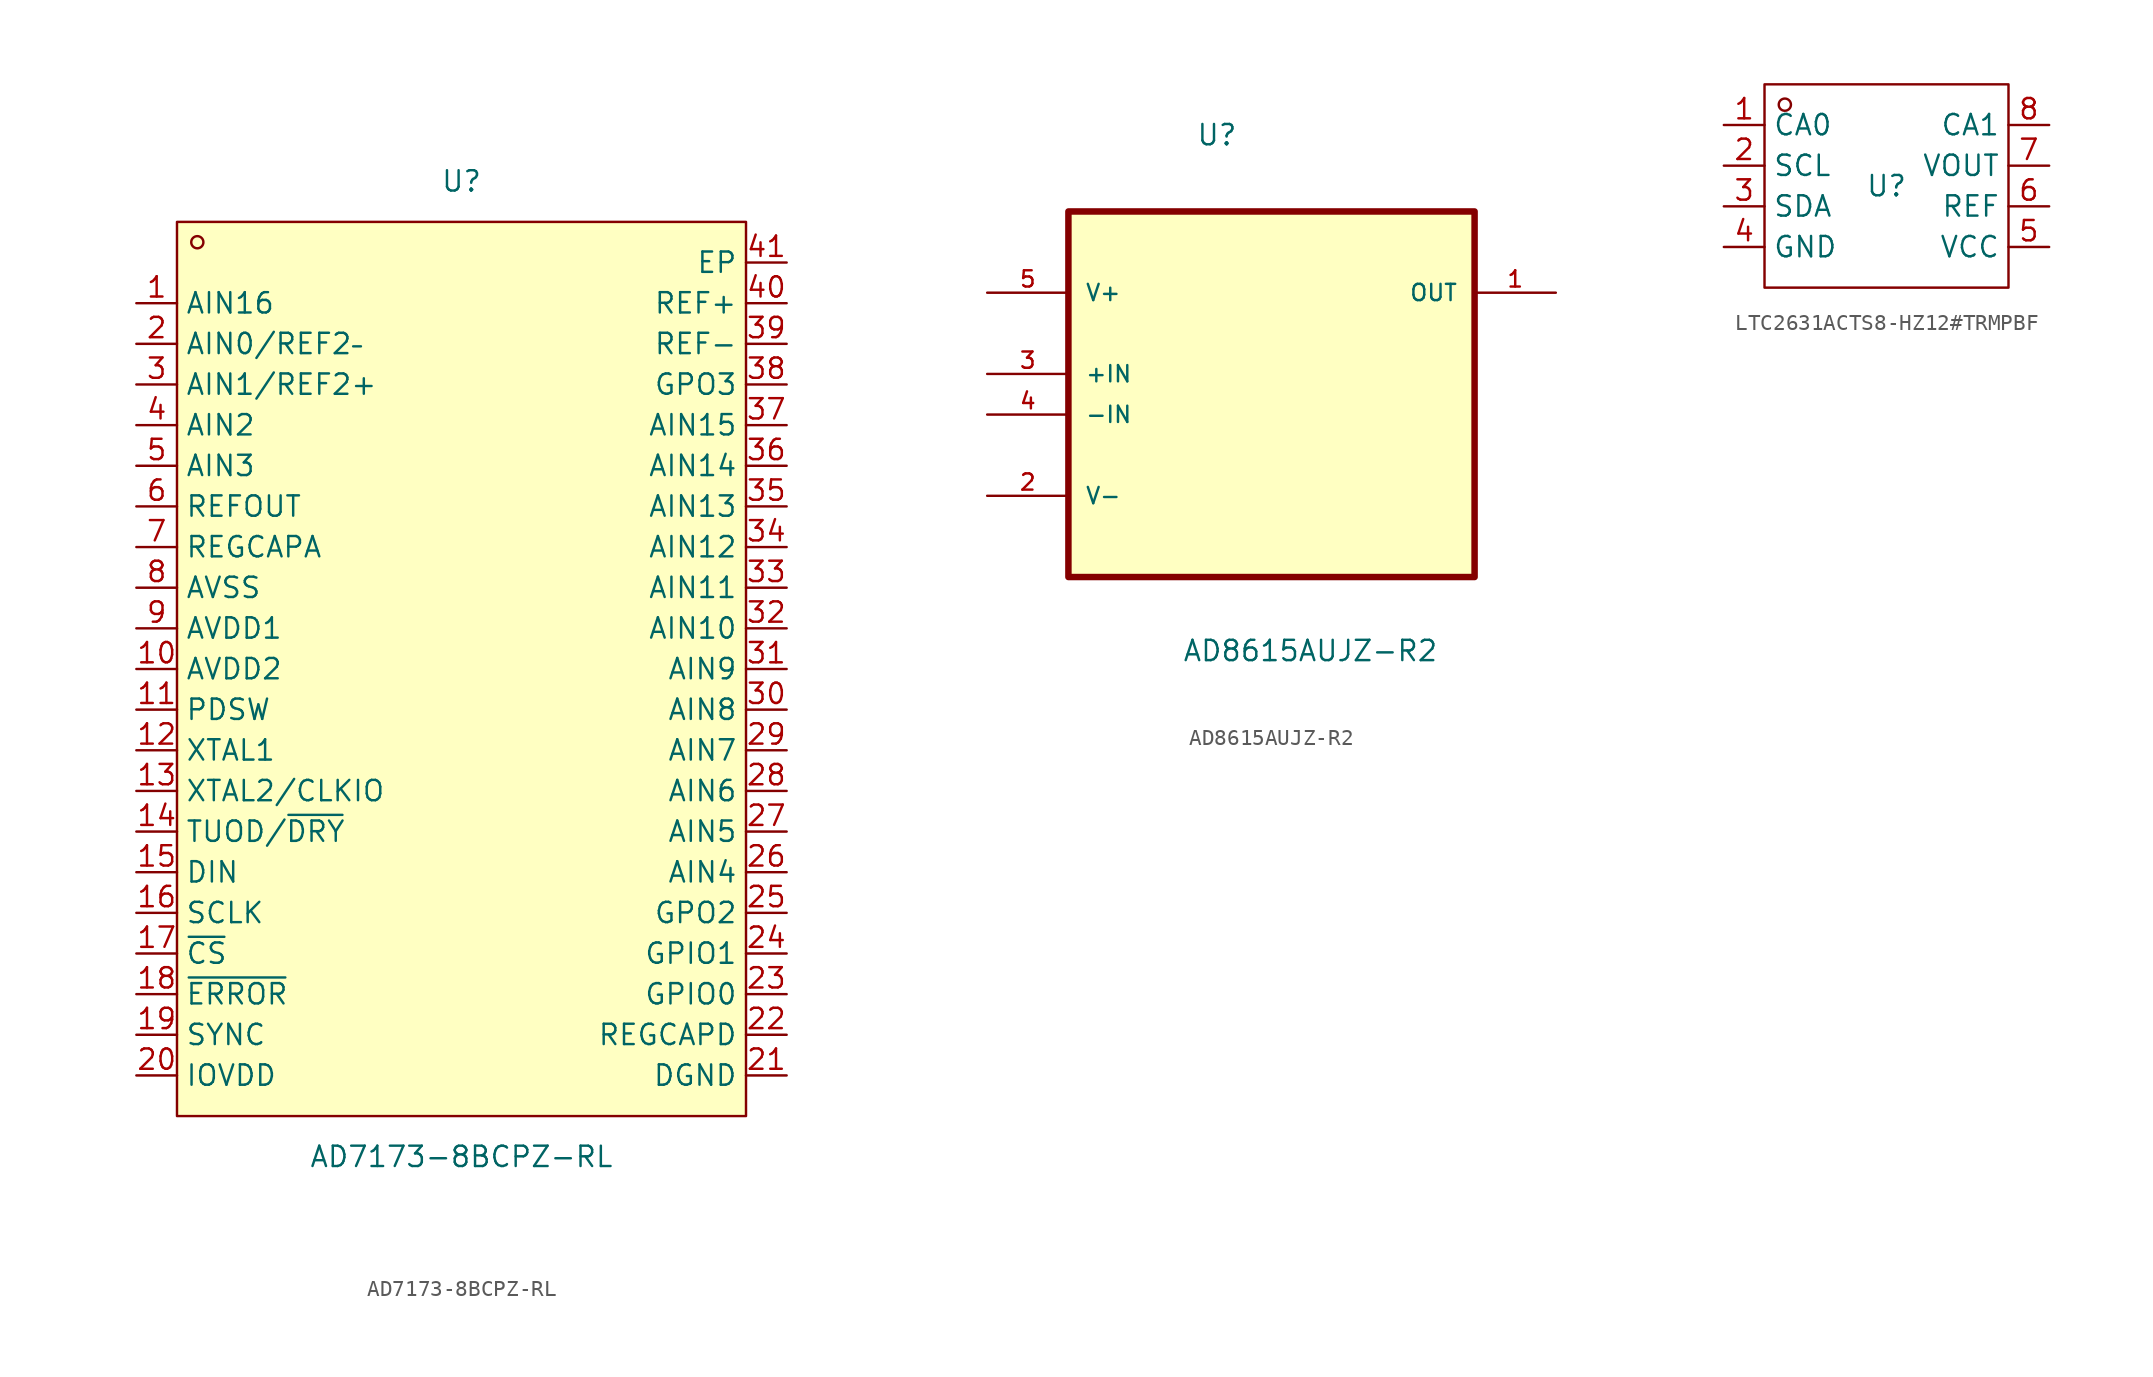
<source format=kicad_sym>
(kicad_symbol_lib
  (version 20241209)
  (generator "kicad_symbol_editor")
  (generator_version "9.0")
  (symbol "AD7173-8BCPZ-RL"
    (property "Reference" "U"
      (at 0 30.48 0)
      (effects (font (size 1.27 1.27))))
    (property "Value" "AD7173-8BCPZ-RL"
      (at 0 -30.48 0)
      (effects (font (size 1.27 1.27))))
    (symbol "AD7173-8BCPZ-RL_0_1"
      (rectangle (start -17.78 27.94) (end 17.78 -27.94) (stroke (width 0) (type default)) (fill (type background)))
      (circle (center -16.51 26.67) (radius 0.38) (stroke (width 0) (type default)) (fill (type none)))
      (pin unspecified line (at -20.32 22.86 0) (length 2.54) (name "AIN16" (effects (font (size 1.27 1.27)))) (number "1" (effects (font (size 1.27 1.27)))))
      (pin unspecified line (at -20.32 20.32 0) (length 2.54) (name "AIN0/REF2–" (effects (font (size 1.27 1.27)))) (number "2" (effects (font (size 1.27 1.27)))))
      (pin unspecified line (at -20.32 17.78 0) (length 2.54) (name "AIN1/REF2+" (effects (font (size 1.27 1.27)))) (number "3" (effects (font (size 1.27 1.27)))))
      (pin unspecified line (at -20.32 15.24 0) (length 2.54) (name "AIN2" (effects (font (size 1.27 1.27)))) (number "4" (effects (font (size 1.27 1.27)))))
      (pin unspecified line (at -20.32 12.7 0) (length 2.54) (name "AIN3" (effects (font (size 1.27 1.27)))) (number "5" (effects (font (size 1.27 1.27)))))
      (pin unspecified line (at -20.32 10.16 0) (length 2.54) (name "REFOUT" (effects (font (size 1.27 1.27)))) (number "6" (effects (font (size 1.27 1.27)))))
      (pin unspecified line (at -20.32 7.62 0) (length 2.54) (name "REGCAPA" (effects (font (size 1.27 1.27)))) (number "7" (effects (font (size 1.27 1.27)))))
      (pin unspecified line (at -20.32 5.08 0) (length 2.54) (name "AVSS" (effects (font (size 1.27 1.27)))) (number "8" (effects (font (size 1.27 1.27)))))
      (pin unspecified line (at -20.32 2.54 0) (length 2.54) (name "AVDD1" (effects (font (size 1.27 1.27)))) (number "9" (effects (font (size 1.27 1.27)))))
      (pin unspecified line (at -20.32 0 0) (length 2.54) (name "AVDD2" (effects (font (size 1.27 1.27)))) (number "10" (effects (font (size 1.27 1.27)))))
      (pin unspecified line (at -20.32 -2.54 0) (length 2.54) (name "PDSW" (effects (font (size 1.27 1.27)))) (number "11" (effects (font (size 1.27 1.27)))))
      (pin unspecified line (at -20.32 -5.08 0) (length 2.54) (name "XTAL1" (effects (font (size 1.27 1.27)))) (number "12" (effects (font (size 1.27 1.27)))))
      (pin unspecified line (at -20.32 -7.62 0) (length 2.54) (name "XTAL2/CLKIO" (effects (font (size 1.27 1.27)))) (number "13" (effects (font (size 1.27 1.27)))))
      (pin unspecified line (at -20.32 -10.16 0) (length 2.54) (name "TUOD/~{DRY}" (effects (font (size 1.27 1.27)))) (number "14" (effects (font (size 1.27 1.27)))))
      (pin unspecified line (at -20.32 -12.7 0) (length 2.54) (name "DIN" (effects (font (size 1.27 1.27)))) (number "15" (effects (font (size 1.27 1.27)))))
      (pin unspecified line (at -20.32 -15.24 0) (length 2.54) (name "SCLK" (effects (font (size 1.27 1.27)))) (number "16" (effects (font (size 1.27 1.27)))))
      (pin unspecified line (at -20.32 -17.78 0) (length 2.54) (name "~{CS}" (effects (font (size 1.27 1.27)))) (number "17" (effects (font (size 1.27 1.27)))))
      (pin unspecified line (at -20.32 -20.32 0) (length 2.54) (name "~{ERROR}" (effects (font (size 1.27 1.27)))) (number "18" (effects (font (size 1.27 1.27)))))
      (pin unspecified line (at -20.32 -22.86 0) (length 2.54) (name "SYNC" (effects (font (size 1.27 1.27)))) (number "19" (effects (font (size 1.27 1.27)))))
      (pin unspecified line (at -20.32 -25.4 0) (length 2.54) (name "IOVDD" (effects (font (size 1.27 1.27)))) (number "20" (effects (font (size 1.27 1.27)))))
      (pin unspecified line (at 20.32 25.4 180) (length 2.54) (name "EP" (effects (font (size 1.27 1.27)))) (number "41" (effects (font (size 1.27 1.27)))))
      (pin unspecified line (at 20.32 22.86 180) (length 2.54) (name "REF+" (effects (font (size 1.27 1.27)))) (number "40" (effects (font (size 1.27 1.27)))))
      (pin unspecified line (at 20.32 20.32 180) (length 2.54) (name "REF-" (effects (font (size 1.27 1.27)))) (number "39" (effects (font (size 1.27 1.27)))))
      (pin unspecified line (at 20.32 17.78 180) (length 2.54) (name "GPO3" (effects (font (size 1.27 1.27)))) (number "38" (effects (font (size 1.27 1.27)))))
      (pin unspecified line (at 20.32 15.24 180) (length 2.54) (name "AIN15" (effects (font (size 1.27 1.27)))) (number "37" (effects (font (size 1.27 1.27)))))
      (pin unspecified line (at 20.32 12.7 180) (length 2.54) (name "AIN14" (effects (font (size 1.27 1.27)))) (number "36" (effects (font (size 1.27 1.27)))))
      (pin unspecified line (at 20.32 10.16 180) (length 2.54) (name "AIN13" (effects (font (size 1.27 1.27)))) (number "35" (effects (font (size 1.27 1.27)))))
      (pin unspecified line (at 20.32 7.62 180) (length 2.54) (name "AIN12" (effects (font (size 1.27 1.27)))) (number "34" (effects (font (size 1.27 1.27)))))
      (pin unspecified line (at 20.32 5.08 180) (length 2.54) (name "AIN11" (effects (font (size 1.27 1.27)))) (number "33" (effects (font (size 1.27 1.27)))))
      (pin unspecified line (at 20.32 2.54 180) (length 2.54) (name "AIN10" (effects (font (size 1.27 1.27)))) (number "32" (effects (font (size 1.27 1.27)))))
      (pin unspecified line (at 20.32 0 180) (length 2.54) (name "AIN9" (effects (font (size 1.27 1.27)))) (number "31" (effects (font (size 1.27 1.27)))))
      (pin unspecified line (at 20.32 -2.54 180) (length 2.54) (name "AIN8" (effects (font (size 1.27 1.27)))) (number "30" (effects (font (size 1.27 1.27)))))
      (pin unspecified line (at 20.32 -5.08 180) (length 2.54) (name "AIN7" (effects (font (size 1.27 1.27)))) (number "29" (effects (font (size 1.27 1.27)))))
      (pin unspecified line (at 20.32 -7.62 180) (length 2.54) (name "AIN6" (effects (font (size 1.27 1.27)))) (number "28" (effects (font (size 1.27 1.27)))))
      (pin unspecified line (at 20.32 -10.16 180) (length 2.54) (name "AIN5" (effects (font (size 1.27 1.27)))) (number "27" (effects (font (size 1.27 1.27)))))
      (pin unspecified line (at 20.32 -12.7 180) (length 2.54) (name "AIN4" (effects (font (size 1.27 1.27)))) (number "26" (effects (font (size 1.27 1.27)))))
      (pin unspecified line (at 20.32 -15.24 180) (length 2.54) (name "GPO2" (effects (font (size 1.27 1.27)))) (number "25" (effects (font (size 1.27 1.27)))))
      (pin unspecified line (at 20.32 -17.78 180) (length 2.54) (name "GPIO1" (effects (font (size 1.27 1.27)))) (number "24" (effects (font (size 1.27 1.27)))))
      (pin unspecified line (at 20.32 -20.32 180) (length 2.54) (name "GPIO0" (effects (font (size 1.27 1.27)))) (number "23" (effects (font (size 1.27 1.27)))))
      (pin unspecified line (at 20.32 -22.86 180) (length 2.54) (name "REGCAPD" (effects (font (size 1.27 1.27)))) (number "22" (effects (font (size 1.27 1.27)))))
      (pin unspecified line (at 20.32 -25.4 180) (length 2.54) (name "DGND" (effects (font (size 1.27 1.27)))) (number "21" (effects (font (size 1.27 1.27)))))))
  (symbol "AD8615AUJZ-R2"
    (pin_names
      (offset 1.016))
    (property "Reference" "U"
      (at -4.724 11.659 0)
      (effects (font (size 1.27 1.27)) (justify left bottom)))
    (property "Value" "AD8615AUJZ-R2"
      (at -5.588 -20.599 0)
      (effects (font (size 1.27 1.27)) (justify left bottom)))
    (symbol "AD8615AUJZ-R2_0_0"
      (rectangle (start -12.7 -15.24) (end 12.7 7.62) (stroke (width 0.406) (type default)) (fill (type background)))
      (pin power_in line (at -17.78 2.54 0) (length 5.08) (name "V+" (effects (font (size 1.016 1.016)))) (number "5" (effects (font (size 1.016 1.016)))))
      (pin input line (at -17.78 -2.54 0) (length 5.08) (name "+IN" (effects (font (size 1.016 1.016)))) (number "3" (effects (font (size 1.016 1.016)))))
      (pin input line (at -17.78 -5.08 0) (length 5.08) (name "-IN" (effects (font (size 1.016 1.016)))) (number "4" (effects (font (size 1.016 1.016)))))
      (pin power_in line (at -17.78 -10.16 0) (length 5.08) (name "V-" (effects (font (size 1.016 1.016)))) (number "2" (effects (font (size 1.016 1.016)))))
      (pin output line (at 17.78 2.54 180) (length 5.08) (name "OUT" (effects (font (size 1.016 1.016)))) (number "1" (effects (font (size 1.016 1.016)))))))
  (symbol "LTC2631ACTS8-HZ12#TRMPBF"
    (property "Reference" "U"
      (at 0 0 0)
      (effects (font (size 1.27 1.27))))
    (property "Value" ""
      (at 0 0 0)
      (effects (font (size 1.27 1.27))))
    (symbol "LTC2631ACTS8-HZ12#TRMPBF_1_0"
      (rectangle (start -7.62 6.35) (end 7.62 -6.35) (stroke (width 0) (type default)) (fill (type none)))
      (circle (center -6.35 5.08) (radius 0.381) (stroke (width 0) (type default)) (fill (type none)))
      (pin unspecified line (at -10.16 3.81 0) (length 2.54) (name "CA0" (effects (font (size 1.27 1.27)))) (number "1" (effects (font (size 1.27 1.27)))))
      (pin unspecified line (at -10.16 1.27 0) (length 2.54) (name "SCL" (effects (font (size 1.27 1.27)))) (number "2" (effects (font (size 1.27 1.27)))))
      (pin unspecified line (at -10.16 -1.27 0) (length 2.54) (name "SDA" (effects (font (size 1.27 1.27)))) (number "3" (effects (font (size 1.27 1.27)))))
      (pin unspecified line (at -10.16 -3.81 0) (length 2.54) (name "GND" (effects (font (size 1.27 1.27)))) (number "4" (effects (font (size 1.27 1.27)))))
      (pin unspecified line (at 10.16 3.81 180) (length 2.54) (name "CA1" (effects (font (size 1.27 1.27)))) (number "8" (effects (font (size 1.27 1.27)))))
      (pin unspecified line (at 10.16 1.27 180) (length 2.54) (name "VOUT" (effects (font (size 1.27 1.27)))) (number "7" (effects (font (size 1.27 1.27)))))
      (pin unspecified line (at 10.16 -1.27 180) (length 2.54) (name "REF" (effects (font (size 1.27 1.27)))) (number "6" (effects (font (size 1.27 1.27)))))
      (pin unspecified line (at 10.16 -3.81 180) (length 2.54) (name "VCC" (effects (font (size 1.27 1.27)))) (number "5" (effects (font (size 1.27 1.27))))))))
</source>
